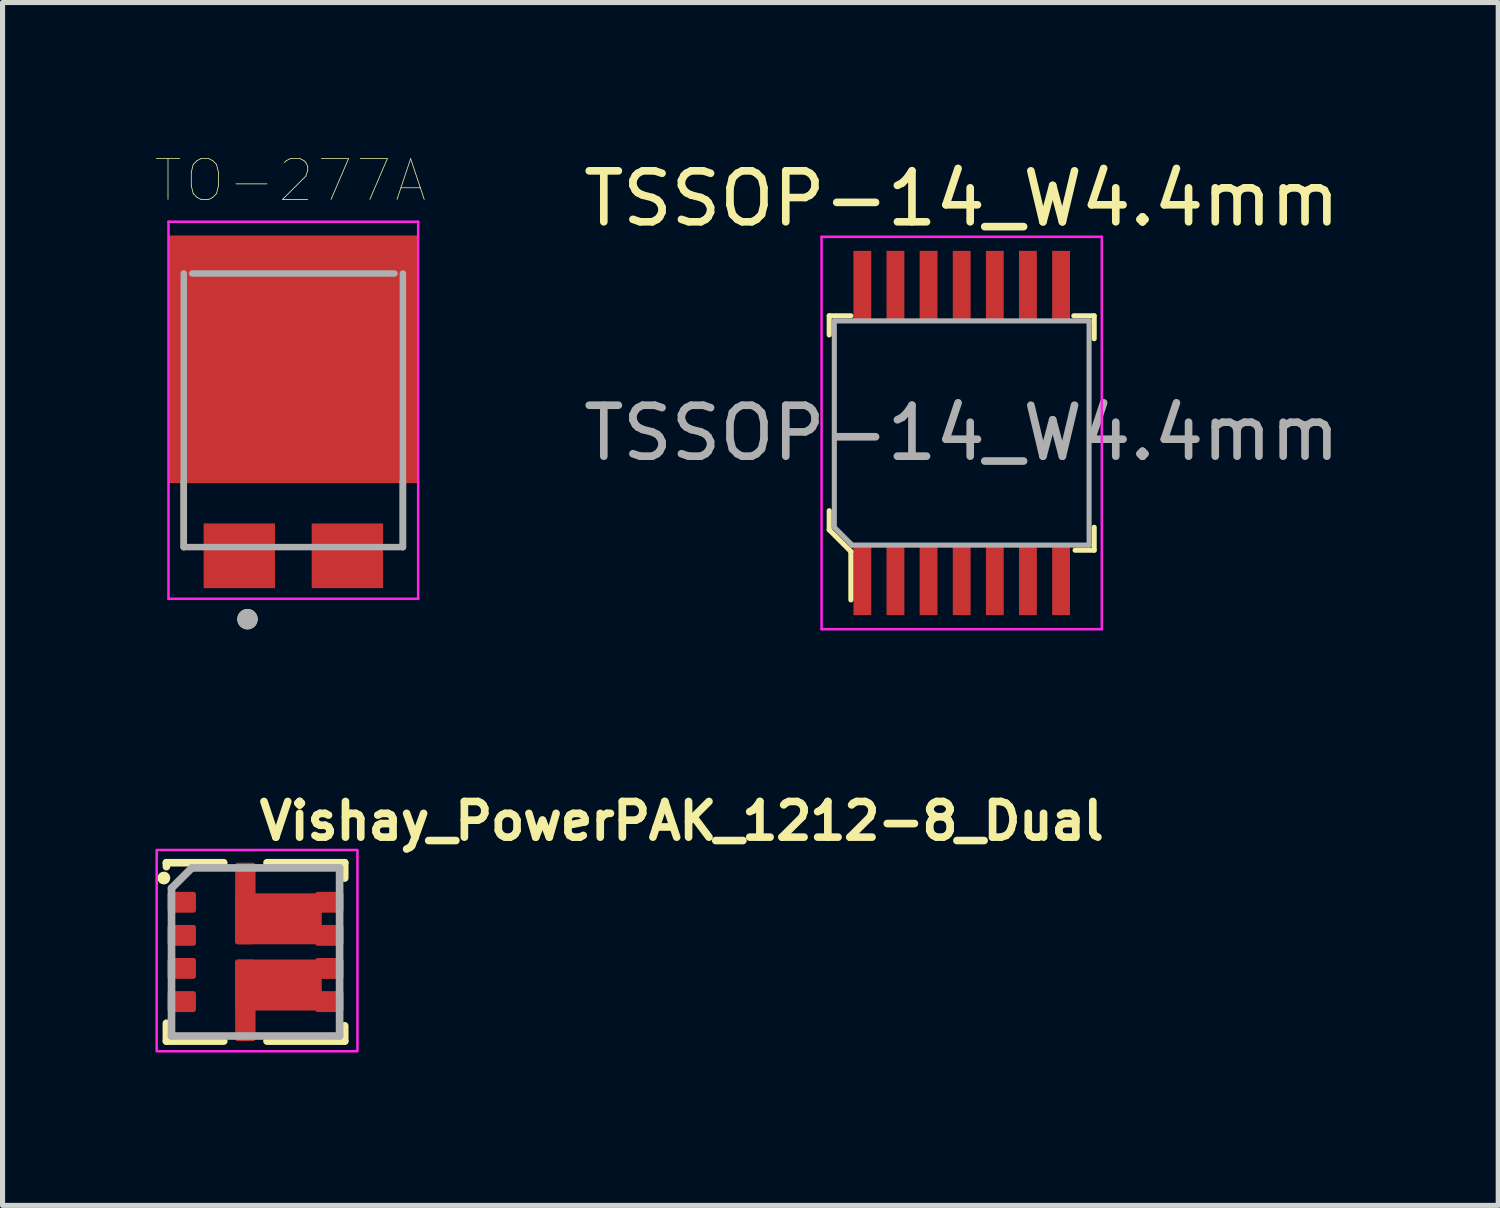
<source format=kicad_pcb>
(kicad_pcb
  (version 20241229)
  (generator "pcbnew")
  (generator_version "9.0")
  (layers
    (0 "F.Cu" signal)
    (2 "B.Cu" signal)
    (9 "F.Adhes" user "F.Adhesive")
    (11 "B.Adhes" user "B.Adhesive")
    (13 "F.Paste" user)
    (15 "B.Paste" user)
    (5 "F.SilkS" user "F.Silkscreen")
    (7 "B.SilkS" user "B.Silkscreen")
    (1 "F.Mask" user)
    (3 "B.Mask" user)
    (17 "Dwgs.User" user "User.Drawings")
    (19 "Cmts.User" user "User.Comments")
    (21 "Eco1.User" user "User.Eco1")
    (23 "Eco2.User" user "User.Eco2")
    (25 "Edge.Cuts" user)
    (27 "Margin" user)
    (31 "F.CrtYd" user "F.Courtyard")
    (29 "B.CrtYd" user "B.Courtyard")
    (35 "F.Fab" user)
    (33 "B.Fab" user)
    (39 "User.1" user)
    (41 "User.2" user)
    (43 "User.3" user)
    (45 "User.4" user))
  (footprint "Vishay_PowerPAK_1212-8_Dual"
    (layer "F.Cu")
    (at 1.965 15.632)
    (property "Reference" "Vishay_PowerPAK_1212-8_Dual" (at 0 -2.159 0) (layer "F.SilkS") (effects (font (size 0.7 0.7) (thickness 0.15)) (justify left bottom)))
    (attr smd)
    (fp_line (start -1.749 -1.75) (end -0.624 -1.75) (stroke (width 0.15) (type solid)) (layer "F.SilkS"))
    (fp_line (start -1.749 -1.674) (end -1.749 -1.75) (stroke (width 0.15) (type solid)) (layer "F.SilkS"))
    (fp_line (start -1.749 1.4) (end -1.749 1.75) (stroke (width 0.15) (type solid)) (layer "F.SilkS"))
    (fp_line (start -1.749 1.75) (end -0.624 1.75) (stroke (width 0.15) (type solid)) (layer "F.SilkS"))
    (fp_line (start 0.225 -1.75) (end 1.75 -1.75) (stroke (width 0.15) (type solid)) (layer "F.SilkS"))
    (fp_line (start 1.75 -1.75) (end 1.75 -1.45) (stroke (width 0.15) (type solid)) (layer "F.SilkS"))
    (fp_line (start 1.75 1.45) (end 1.75 1.75) (stroke (width 0.15) (type solid)) (layer "F.SilkS"))
    (fp_line (start 1.75 1.75) (end 0.225 1.75) (stroke (width 0.15) (type solid)) (layer "F.SilkS"))
    (fp_circle (center -1.799 -1.45) (end -1.749 -1.45) (stroke (width 0.15) (type solid)) (fill yes) (layer "F.SilkS"))
    (fp_rect (start -1.94 -2) (end 2 1.95) (stroke (width 0.05) (type solid)) (fill no) (layer "F.CrtYd"))
    (fp_line (start -1.649 -1.25) (end -1.649 1.65) (stroke (width 0.15) (type solid)) (layer "F.Fab"))
    (fp_line (start -1.249 -1.649) (end -1.649 -1.25) (stroke (width 0.15) (type solid)) (layer "F.Fab"))
    (fp_line (start -1.249 -1.649) (end 1.65 -1.649) (stroke (width 0.15) (type solid)) (layer "F.Fab"))
    (fp_line (start 1.65 -1.649) (end 1.65 1.65) (stroke (width 0.15) (type solid)) (layer "F.Fab"))
    (fp_line (start 1.65 1.65) (end -1.649 1.65) (stroke (width 0.15) (type solid)) (layer "F.Fab"))
    (fp_rect (start -1.649 -1.649) (end 1.65 1.65) (stroke (width 0.15) (type solid)) (fill no) (layer "User.5"))
    (fp_line (start -1.524 -1.524) (end -1.524 -1.125) (stroke (width 0.01) (type solid)) (layer "User.9"))
    (fp_line (start -1.524 -0.825) (end -1.524 -0.475) (stroke (width 0.01) (type solid)) (layer "User.9"))
    (fp_line (start -1.524 -0.174) (end -1.524 0.175) (stroke (width 0.01) (type solid)) (layer "User.9"))
    (fp_line (start -1.524 0.474) (end -1.524 0.824) (stroke (width 0.01) (type solid)) (layer "User.9"))
    (fp_line (start -1.524 1.125) (end -1.524 1.525) (stroke (width 0.01) (type solid)) (layer "User.9"))
    (fp_line (start -1.524 1.525) (end -0.325 1.525) (stroke (width 0.01) (type solid)) (layer "User.9"))
    (fp_line (start -0.325 -1.524) (end -1.524 -1.524) (stroke (width 0.01) (type solid)) (layer "User.9"))
    (fp_line (start -0.073 1.525) (end 1.525 1.525) (stroke (width 0.01) (type solid)) (layer "User.9"))
    (fp_line (start 1.525 -1.524) (end -0.073 -1.524) (stroke (width 0.01) (type solid)) (layer "User.9"))
    (fp_line (start 1.525 -1.125) (end 1.525 -1.524) (stroke (width 0.01) (type solid)) (layer "User.9"))
    (fp_line (start 1.525 -1.125) (end 1.65 -1.125) (stroke (width 0.01) (type solid)) (layer "User.9"))
    (fp_line (start 1.525 -0.825) (end 1.525 -1.125) (stroke (width 0.01) (type solid)) (layer "User.9"))
    (fp_line (start 1.525 -0.475) (end 1.525 -0.825) (stroke (width 0.01) (type solid)) (layer "User.9"))
    (fp_line (start 1.525 -0.475) (end 1.65 -0.475) (stroke (width 0.01) (type solid)) (layer "User.9"))
    (fp_line (start 1.525 -0.174) (end 1.525 -0.475) (stroke (width 0.01) (type solid)) (layer "User.9"))
    (fp_line (start 1.525 0.175) (end 1.525 -0.174) (stroke (width 0.01) (type solid)) (layer "User.9"))
    (fp_line (start 1.525 0.824) (end 1.525 0.474) (stroke (width 0.01) (type solid)) (layer "User.9"))
    (fp_line (start 1.525 1.525) (end 1.525 1.125) (stroke (width 0.01) (type solid)) (layer "User.9"))
    (fp_line (start 1.65 -1.125) (end 1.65 -0.825) (stroke (width 0.01) (type solid)) (layer "User.9"))
    (fp_line (start 1.65 -0.825) (end 1.525 -0.825) (stroke (width 0.01) (type solid)) (layer "User.9"))
    (fp_line (start 1.65 -0.475) (end 1.65 -0.174) (stroke (width 0.01) (type solid)) (layer "User.9"))
    (fp_line (start 1.65 -0.174) (end 1.525 -0.174) (stroke (width 0.01) (type solid)) (layer "User.9"))
    (fp_rect (start -1.649 -1.125) (end -1.524 -0.825) (stroke (width 0.01) (type solid)) (fill no) (layer "User.9"))
    (fp_rect (start -1.649 -0.475) (end -1.524 -0.174) (stroke (width 0.01) (type solid)) (fill no) (layer "User.9"))
    (fp_rect (start -1.649 0.175) (end -1.524 0.474) (stroke (width 0.01) (type solid)) (fill no) (layer "User.9"))
    (fp_rect (start -1.649 0.824) (end -1.524 1.125) (stroke (width 0.01) (type solid)) (fill no) (layer "User.9"))
    (fp_rect (start -0.325 -1.649) (end -0.073 -1.524) (stroke (width 0.01) (type solid)) (fill no) (layer "User.9"))
    (fp_rect (start -0.325 1.525) (end -0.073 1.65) (stroke (width 0.01) (type solid)) (fill no) (layer "User.9"))
    (fp_rect (start 1.525 0.175) (end 1.65 0.474) (stroke (width 0.01) (type solid)) (fill no) (layer "User.9"))
    (fp_rect (start 1.525 0.824) (end 1.65 1.125) (stroke (width 0.01) (type solid)) (fill no) (layer "User.9"))
    (pad "1" smd roundrect (at -1.449 -0.975) (size 0.56 0.41) (layers "F.Cu" "F.Mask" "F.Paste") (roundrect_rratio 0.122))
    (pad "2" smd roundrect (at -1.449 -0.325) (size 0.56 0.41) (layers "F.Cu" "F.Mask" "F.Paste") (roundrect_rratio 0.122))
    (pad "3" smd roundrect (at -1.449 0.324) (size 0.56 0.41) (layers "F.Cu" "F.Mask" "F.Paste") (roundrect_rratio 0.122))
    (pad "4" smd roundrect (at -1.449 0.975) (size 0.56 0.41) (layers "F.Cu" "F.Mask" "F.Paste") (roundrect_rratio 0.122))
    (pad "5" smd roundrect (at -0.2 0.95 180) (size 0.4 1.6) (layers "F.Cu" "F.Mask" "F.Paste") (roundrect_rratio 0.125))
    (pad "5" smd roundrect (at 0.45 0.65 180) (size 1.7 1) (layers "F.Cu" "F.Mask" "F.Paste") (roundrect_rratio 0.05))
    (pad "5" smd roundrect (at 1.45 0.325 180) (size 0.56 0.41) (layers "F.Cu" "F.Mask" "F.Paste") (roundrect_rratio 0.122))
    (pad "5" smd roundrect (at 1.45 0.975 180) (size 0.56 0.41) (layers "F.Cu" "F.Mask" "F.Paste") (roundrect_rratio 0.122))
    (pad "6" smd roundrect (at -0.2 -0.95) (size 0.4 1.6) (layers "F.Cu" "F.Mask" "F.Paste") (roundrect_rratio 0.125))
    (pad "6" smd roundrect (at 0.45 -0.65) (size 1.7 1) (layers "F.Cu" "F.Mask" "F.Paste") (roundrect_rratio 0.05))
    (pad "6" smd roundrect (at 1.45 -0.975) (size 0.56 0.41) (layers "F.Cu" "F.Mask" "F.Paste") (roundrect_rratio 0.122))
    (pad "6" smd roundrect (at 1.45 -0.325) (size 0.56 0.41) (layers "F.Cu" "F.Mask" "F.Paste") (roundrect_rratio 0.122)))
  (footprint "TO-277A"
    (layer "F.Cu")
    (at 2.707 5.002)
    (property "Reference" "TO-277A" (at -0.06 -4.508 0) (layer "F.SilkS") (effects (font (size 0.8 0.8) (thickness 0.015))))
    (attr through_hole)
    (fp_line (start -2.15 2.685) (end -2.15 1.4) (stroke (width 0.127) (type solid)) (layer "F.SilkS"))
    (fp_line (start 2.15 1.4) (end 2.15 2.685) (stroke (width 0.127) (type solid)) (layer "F.SilkS"))
    (fp_circle (center -0.9 4.1) (end -0.8 4.1) (stroke (width 0.2) (type solid)) (fill no) (layer "F.SilkS"))
    (fp_poly (pts (xy -1.06 -2.666) (xy 1.06 -2.666) (xy 1.06 0.414) (xy -1.06 0.414)) (stroke (width 0.01) (type solid)) (fill yes) (layer "F.Paste"))
    (fp_line (start -2.45 -3.7) (end 2.45 -3.7) (stroke (width 0.05) (type solid)) (layer "F.CrtYd"))
    (fp_line (start -2.45 3.7) (end -2.45 -3.7) (stroke (width 0.05) (type solid)) (layer "F.CrtYd"))
    (fp_line (start 2.45 -3.7) (end 2.45 3.7) (stroke (width 0.05) (type solid)) (layer "F.CrtYd"))
    (fp_line (start 2.45 3.7) (end -2.45 3.7) (stroke (width 0.05) (type solid)) (layer "F.CrtYd"))
    (fp_line (start -2.15 2.685) (end -2.15 -2.685) (stroke (width 0.127) (type solid)) (layer "F.Fab"))
    (fp_line (start -1.985 -2.685) (end 1.985 -2.685) (stroke (width 0.127) (type solid)) (layer "F.Fab"))
    (fp_line (start 2.15 -2.685) (end 2.15 2.685) (stroke (width 0.127) (type solid)) (layer "F.Fab"))
    (fp_line (start 2.15 2.685) (end -2.15 2.685) (stroke (width 0.127) (type solid)) (layer "F.Fab"))
    (fp_circle (center -0.9 4.1) (end -0.8 4.1) (stroke (width 0.2) (type solid)) (fill no) (layer "F.Fab"))
    (pad "1" smd rect (at -1.06 2.856) (size 1.4 1.27) (layers "F.Cu" "F.Mask" "F.Paste"))
    (pad "2" smd rect (at 1.06 2.856) (size 1.4 1.27) (layers "F.Cu" "F.Mask" "F.Paste"))
    (pad "3" smd rect (at 0 -1) (size 4.9 4.86) (layers "F.Cu" "F.Mask")))
  (footprint "TSSOP-14_W4.4mm"
    (layer "F.Cu")
    (at 15.824 5.448)
    (property "Reference" "TSSOP-14_W4.4mm" (at 0 -4.6 0) (layer "F.SilkS") (effects (font (size 1 1) (thickness 0.15))))
    (attr smd)
    (fp_line (start -2.6 -2.3) (end -2.6 -1.925) (stroke (width 0.1) (type solid)) (layer "F.SilkS"))
    (fp_line (start -2.6 -2.3) (end -2.175 -2.3) (stroke (width 0.1) (type solid)) (layer "F.SilkS"))
    (fp_line (start -2.6 1.525) (end -2.6 1.9) (stroke (width 0.1) (type solid)) (layer "F.SilkS"))
    (fp_line (start -2.6 1.9) (end -2.175 2.325) (stroke (width 0.1) (type solid)) (layer "F.SilkS"))
    (fp_line (start -2.175 2.325) (end -2.175 3.275) (stroke (width 0.1) (type solid)) (layer "F.SilkS"))
    (fp_line (start 2.6 -2.3) (end 2.2 -2.3) (stroke (width 0.1) (type solid)) (layer "F.SilkS"))
    (fp_line (start 2.6 -2.3) (end 2.6 -1.85) (stroke (width 0.1) (type solid)) (layer "F.SilkS"))
    (fp_line (start 2.6 2.3) (end 2.225 2.3) (stroke (width 0.1) (type solid)) (layer "F.SilkS"))
    (fp_line (start 2.6 2.3) (end 2.6 1.85) (stroke (width 0.1) (type solid)) (layer "F.SilkS"))
    (fp_line (start -2.75 -3.85) (end 2.75 -3.85) (stroke (width 0.05) (type solid)) (layer "F.CrtYd"))
    (fp_line (start -2.75 3.85) (end -2.75 -3.85) (stroke (width 0.05) (type solid)) (layer "F.CrtYd"))
    (fp_line (start 2.75 -3.85) (end 2.75 3.85) (stroke (width 0.05) (type solid)) (layer "F.CrtYd"))
    (fp_line (start 2.75 3.85) (end -2.75 3.85) (stroke (width 0.05) (type solid)) (layer "F.CrtYd"))
    (fp_line (start -2.5 -2.2) (end 2.5 -2.2) (stroke (width 0.1) (type solid)) (layer "F.Fab"))
    (fp_line (start -2.5 1.85) (end -2.5 -2.2) (stroke (width 0.1) (type solid)) (layer "F.Fab"))
    (fp_line (start -2.15 2.2) (end -2.5 1.85) (stroke (width 0.1) (type solid)) (layer "F.Fab"))
    (fp_line (start -2.15 2.2) (end 2.5 2.2) (stroke (width 0.1) (type solid)) (layer "F.Fab"))
    (fp_line (start 2.5 -2.2) (end 2.5 2.2) (stroke (width 0.1) (type solid)) (layer "F.Fab"))
    (fp_text user "${REFERENCE}" (at 0 0 0) (layer "F.Fab") (effects (font (size 1 1) (thickness 0.15))))
    (pad "1" smd rect (at -1.95 2.875) (size 0.35 1.4) (layers "F.Cu" "F.Mask" "F.Paste"))
    (pad "2" smd rect (at -1.3 2.875) (size 0.35 1.4) (layers "F.Cu" "F.Mask" "F.Paste"))
    (pad "3" smd rect (at -0.65 2.875) (size 0.35 1.4) (layers "F.Cu" "F.Mask" "F.Paste"))
    (pad "4" smd rect (at 0 2.875) (size 0.35 1.4) (layers "F.Cu" "F.Mask" "F.Paste"))
    (pad "5" smd rect (at 0.65 2.875) (size 0.35 1.4) (layers "F.Cu" "F.Mask" "F.Paste"))
    (pad "6" smd rect (at 1.3 2.875) (size 0.35 1.4) (layers "F.Cu" "F.Mask" "F.Paste"))
    (pad "7" smd rect (at 1.95 2.875) (size 0.35 1.4) (layers "F.Cu" "F.Mask" "F.Paste"))
    (pad "8" smd rect (at 1.95 -2.875) (size 0.35 1.4) (layers "F.Cu" "F.Mask" "F.Paste"))
    (pad "9" smd rect (at 1.3 -2.875) (size 0.35 1.4) (layers "F.Cu" "F.Mask" "F.Paste"))
    (pad "10" smd rect (at 0.65 -2.875) (size 0.35 1.4) (layers "F.Cu" "F.Mask" "F.Paste"))
    (pad "11" smd rect (at 0 -2.875) (size 0.35 1.4) (layers "F.Cu" "F.Mask" "F.Paste"))
    (pad "12" smd rect (at -0.65 -2.875) (size 0.35 1.4) (layers "F.Cu" "F.Mask" "F.Paste"))
    (pad "13" smd rect (at -1.3 -2.875) (size 0.35 1.4) (layers "F.Cu" "F.Mask" "F.Paste"))
    (pad "14" smd rect (at -1.95 -2.875) (size 0.35 1.4) (layers "F.Cu" "F.Mask" "F.Paste")))
  (gr_rect
    (start -3 -3)
    (end 26.354 20.607)
    (stroke (width 0.1) (type default))
    (fill no)
    (layer "Edge.Cuts")))
</source>
